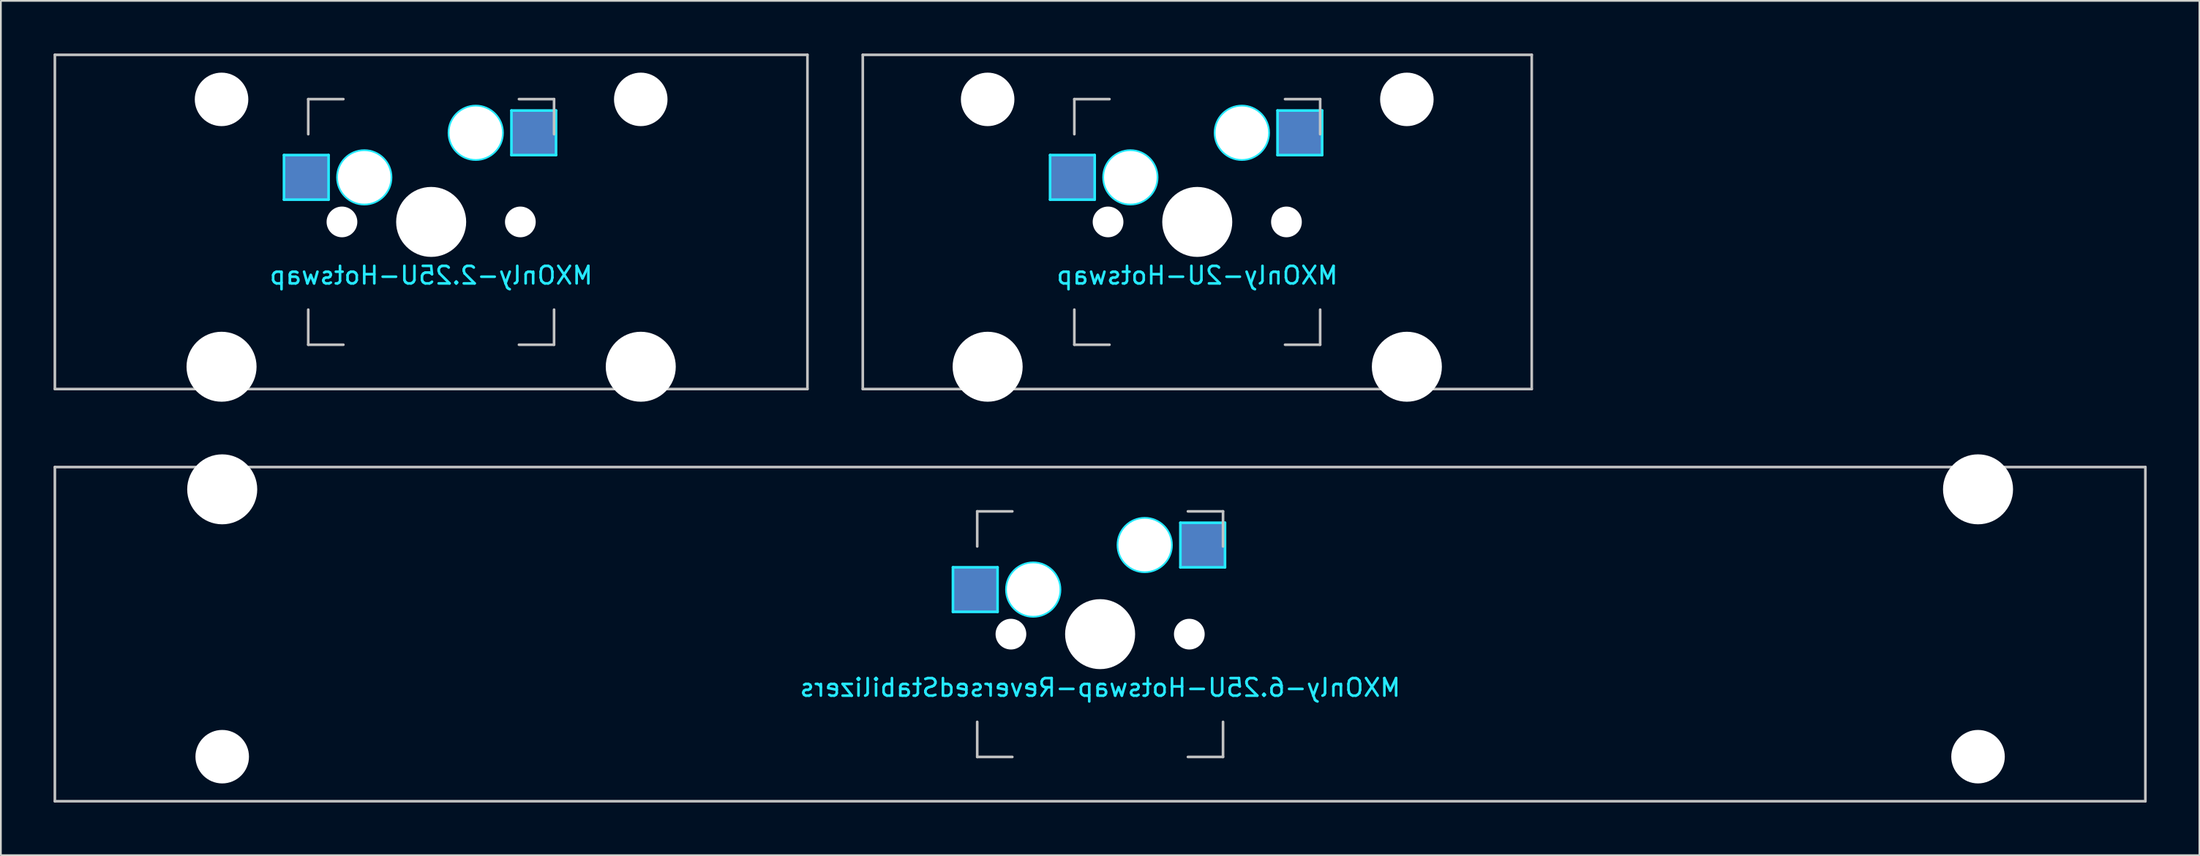
<source format=kicad_pcb>
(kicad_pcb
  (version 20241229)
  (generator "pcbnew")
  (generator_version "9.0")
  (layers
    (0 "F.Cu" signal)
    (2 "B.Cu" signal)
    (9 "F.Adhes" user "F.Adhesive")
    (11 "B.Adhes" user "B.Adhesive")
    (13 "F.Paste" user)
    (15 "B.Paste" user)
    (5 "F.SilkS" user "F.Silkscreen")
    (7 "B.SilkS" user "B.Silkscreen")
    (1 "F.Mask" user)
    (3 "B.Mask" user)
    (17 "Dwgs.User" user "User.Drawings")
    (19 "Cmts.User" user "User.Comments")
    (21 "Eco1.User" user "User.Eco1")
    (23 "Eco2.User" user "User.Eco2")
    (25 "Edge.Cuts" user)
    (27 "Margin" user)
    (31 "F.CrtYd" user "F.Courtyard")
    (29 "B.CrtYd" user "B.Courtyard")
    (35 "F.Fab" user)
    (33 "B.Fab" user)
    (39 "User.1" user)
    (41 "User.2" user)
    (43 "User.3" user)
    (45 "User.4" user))
  (footprint "MXOnly-2U-Hotswap"
    (layer "F.Cu")
    (at 65.138 9.6)
    (property "Reference" "MXOnly-2U-Hotswap" (at 0 3.048 0) (layer "B.CrtYd") (effects (font (size 1 1) (thickness 0.15)) (justify mirror)))
    (attr smd)
    (fp_line (start -19.05 -9.525) (end 19.05 -9.525) (stroke (width 0.15) (type solid)) (layer "Dwgs.User"))
    (fp_line (start -19.05 9.525) (end -19.05 -9.525) (stroke (width 0.15) (type solid)) (layer "Dwgs.User"))
    (fp_line (start -7 -7) (end -7 -5) (stroke (width 0.15) (type solid)) (layer "Dwgs.User"))
    (fp_line (start -7 5) (end -7 7) (stroke (width 0.15) (type solid)) (layer "Dwgs.User"))
    (fp_line (start -7 7) (end -5 7) (stroke (width 0.15) (type solid)) (layer "Dwgs.User"))
    (fp_line (start -5 -7) (end -7 -7) (stroke (width 0.15) (type solid)) (layer "Dwgs.User"))
    (fp_line (start 5 -7) (end 7 -7) (stroke (width 0.15) (type solid)) (layer "Dwgs.User"))
    (fp_line (start 5 7) (end 7 7) (stroke (width 0.15) (type solid)) (layer "Dwgs.User"))
    (fp_line (start 7 -7) (end 7 -5) (stroke (width 0.15) (type solid)) (layer "Dwgs.User"))
    (fp_line (start 7 7) (end 7 5) (stroke (width 0.15) (type solid)) (layer "Dwgs.User"))
    (fp_line (start 19.05 -9.525) (end 19.05 9.525) (stroke (width 0.15) (type solid)) (layer "Dwgs.User"))
    (fp_line (start 19.05 9.525) (end -19.05 9.525) (stroke (width 0.15) (type solid)) (layer "Dwgs.User"))
    (fp_line (start -8.382 -3.81) (end -5.842 -3.81) (stroke (width 0.15) (type solid)) (layer "B.CrtYd"))
    (fp_line (start -8.382 -1.27) (end -8.382 -3.81) (stroke (width 0.15) (type solid)) (layer "B.CrtYd"))
    (fp_line (start -5.842 -3.81) (end -5.842 -1.27) (stroke (width 0.15) (type solid)) (layer "B.CrtYd"))
    (fp_line (start -5.842 -1.27) (end -8.382 -1.27) (stroke (width 0.15) (type solid)) (layer "B.CrtYd"))
    (fp_line (start 4.572 -6.35) (end 7.112 -6.35) (stroke (width 0.15) (type solid)) (layer "B.CrtYd"))
    (fp_line (start 4.572 -3.81) (end 4.572 -6.35) (stroke (width 0.15) (type solid)) (layer "B.CrtYd"))
    (fp_line (start 7.112 -6.35) (end 7.112 -3.81) (stroke (width 0.15) (type solid)) (layer "B.CrtYd"))
    (fp_line (start 7.112 -3.81) (end 4.572 -3.81) (stroke (width 0.15) (type solid)) (layer "B.CrtYd"))
    (fp_circle (center -3.81 -2.54) (end -3.81 -4.064) (stroke (width 0.15) (type solid)) (fill no) (layer "B.CrtYd"))
    (fp_circle (center 2.54 -5.08) (end 2.54 -6.604) (stroke (width 0.15) (type solid)) (fill no) (layer "B.CrtYd"))
    (pad "" np_thru_hole circle (at -11.938 -6.985) (size 3.048 3.048) (drill 3.048) (layers "*.Cu" "*.Mask"))
    (pad "" np_thru_hole circle (at -11.938 8.255) (size 3.988 3.988) (drill 3.988) (layers "*.Cu" "*.Mask"))
    (pad "" np_thru_hole circle (at -5.08 0 48.1) (size 1.75 1.75) (drill 1.75) (layers "*.Cu" "*.Mask"))
    (pad "" np_thru_hole circle (at -3.81 -2.54) (size 3 3) (drill 3) (layers "*.Cu" "*.Mask"))
    (pad "" np_thru_hole circle (at 0 0) (size 3.988 3.988) (drill 3.988) (layers "*.Cu" "*.Mask"))
    (pad "" np_thru_hole circle (at 2.54 -5.08) (size 3 3) (drill 3) (layers "*.Cu" "*.Mask"))
    (pad "" np_thru_hole circle (at 5.08 0 48.1) (size 1.75 1.75) (drill 1.75) (layers "*.Cu" "*.Mask"))
    (pad "" np_thru_hole circle (at 11.938 -6.985) (size 3.048 3.048) (drill 3.048) (layers "*.Cu" "*.Mask"))
    (pad "" np_thru_hole circle (at 11.938 8.255) (size 3.988 3.988) (drill 3.988) (layers "*.Cu" "*.Mask"))
    (pad "1" smd rect (at -7.085 -2.54) (size 2.55 2.5) (layers "B.Cu" "B.Mask" "B.Paste"))
    (pad "2" smd rect (at 5.842 -5.08) (size 2.55 2.5) (layers "B.Cu" "B.Mask" "B.Paste")))
  (footprint "MXOnly-2.25U-Hotswap"
    (layer "F.Cu")
    (at 21.506 9.6)
    (property "Reference" "MXOnly-2.25U-Hotswap" (at 0 3.048 0) (layer "B.CrtYd") (effects (font (size 1 1) (thickness 0.15)) (justify mirror)))
    (attr smd)
    (fp_line (start -21.431 -9.525) (end 21.431 -9.525) (stroke (width 0.15) (type solid)) (layer "Dwgs.User"))
    (fp_line (start -21.431 9.525) (end -21.431 -9.525) (stroke (width 0.15) (type solid)) (layer "Dwgs.User"))
    (fp_line (start -7 -7) (end -7 -5) (stroke (width 0.15) (type solid)) (layer "Dwgs.User"))
    (fp_line (start -7 5) (end -7 7) (stroke (width 0.15) (type solid)) (layer "Dwgs.User"))
    (fp_line (start -7 7) (end -5 7) (stroke (width 0.15) (type solid)) (layer "Dwgs.User"))
    (fp_line (start -5 -7) (end -7 -7) (stroke (width 0.15) (type solid)) (layer "Dwgs.User"))
    (fp_line (start 5 -7) (end 7 -7) (stroke (width 0.15) (type solid)) (layer "Dwgs.User"))
    (fp_line (start 5 7) (end 7 7) (stroke (width 0.15) (type solid)) (layer "Dwgs.User"))
    (fp_line (start 7 -7) (end 7 -5) (stroke (width 0.15) (type solid)) (layer "Dwgs.User"))
    (fp_line (start 7 7) (end 7 5) (stroke (width 0.15) (type solid)) (layer "Dwgs.User"))
    (fp_line (start 21.431 -9.525) (end 21.431 9.525) (stroke (width 0.15) (type solid)) (layer "Dwgs.User"))
    (fp_line (start 21.431 9.525) (end -21.431 9.525) (stroke (width 0.15) (type solid)) (layer "Dwgs.User"))
    (fp_line (start -8.382 -3.81) (end -5.842 -3.81) (stroke (width 0.15) (type solid)) (layer "B.CrtYd"))
    (fp_line (start -8.382 -1.27) (end -8.382 -3.81) (stroke (width 0.15) (type solid)) (layer "B.CrtYd"))
    (fp_line (start -5.842 -3.81) (end -5.842 -1.27) (stroke (width 0.15) (type solid)) (layer "B.CrtYd"))
    (fp_line (start -5.842 -1.27) (end -8.382 -1.27) (stroke (width 0.15) (type solid)) (layer "B.CrtYd"))
    (fp_line (start 4.572 -6.35) (end 7.112 -6.35) (stroke (width 0.15) (type solid)) (layer "B.CrtYd"))
    (fp_line (start 4.572 -3.81) (end 4.572 -6.35) (stroke (width 0.15) (type solid)) (layer "B.CrtYd"))
    (fp_line (start 7.112 -6.35) (end 7.112 -3.81) (stroke (width 0.15) (type solid)) (layer "B.CrtYd"))
    (fp_line (start 7.112 -3.81) (end 4.572 -3.81) (stroke (width 0.15) (type solid)) (layer "B.CrtYd"))
    (fp_circle (center -3.81 -2.54) (end -3.81 -4.064) (stroke (width 0.15) (type solid)) (fill no) (layer "B.CrtYd"))
    (fp_circle (center 2.54 -5.08) (end 2.54 -6.604) (stroke (width 0.15) (type solid)) (fill no) (layer "B.CrtYd"))
    (pad "" np_thru_hole circle (at -11.938 -6.985) (size 3.048 3.048) (drill 3.048) (layers "*.Cu" "*.Mask"))
    (pad "" np_thru_hole circle (at -11.938 8.255) (size 3.988 3.988) (drill 3.988) (layers "*.Cu" "*.Mask"))
    (pad "" np_thru_hole circle (at -5.08 0 48.1) (size 1.75 1.75) (drill 1.75) (layers "*.Cu" "*.Mask"))
    (pad "" np_thru_hole circle (at -3.81 -2.54) (size 3 3) (drill 3) (layers "*.Cu" "*.Mask"))
    (pad "" np_thru_hole circle (at 0 0) (size 3.988 3.988) (drill 3.988) (layers "*.Cu" "*.Mask"))
    (pad "" np_thru_hole circle (at 2.54 -5.08) (size 3 3) (drill 3) (layers "*.Cu" "*.Mask"))
    (pad "" np_thru_hole circle (at 5.08 0 48.1) (size 1.75 1.75) (drill 1.75) (layers "*.Cu" "*.Mask"))
    (pad "" np_thru_hole circle (at 11.938 -6.985) (size 3.048 3.048) (drill 3.048) (layers "*.Cu" "*.Mask"))
    (pad "" np_thru_hole circle (at 11.938 8.255) (size 3.988 3.988) (drill 3.988) (layers "*.Cu" "*.Mask"))
    (pad "1" smd rect (at -7.085 -2.54) (size 2.55 2.5) (layers "B.Cu" "B.Mask" "B.Paste"))
    (pad "2" smd rect (at 5.842 -5.08) (size 2.55 2.5) (layers "B.Cu" "B.Mask" "B.Paste")))
  (footprint "MXOnly-6.25U-Hotswap-ReversedStabilizers"
    (layer "F.Cu")
    (at 59.606 33.098)
    (property "Reference" "MXOnly-6.25U-Hotswap-ReversedStabilizers" (at 0 3.048 0) (layer "B.CrtYd") (effects (font (size 1 1) (thickness 0.15)) (justify mirror)))
    (attr smd)
    (fp_line (start -59.531 -9.525) (end 59.531 -9.525) (stroke (width 0.15) (type solid)) (layer "Dwgs.User"))
    (fp_line (start -59.531 9.525) (end -59.531 -9.525) (stroke (width 0.15) (type solid)) (layer "Dwgs.User"))
    (fp_line (start -7 -7) (end -7 -5) (stroke (width 0.15) (type solid)) (layer "Dwgs.User"))
    (fp_line (start -7 5) (end -7 7) (stroke (width 0.15) (type solid)) (layer "Dwgs.User"))
    (fp_line (start -7 7) (end -5 7) (stroke (width 0.15) (type solid)) (layer "Dwgs.User"))
    (fp_line (start -5 -7) (end -7 -7) (stroke (width 0.15) (type solid)) (layer "Dwgs.User"))
    (fp_line (start 5 -7) (end 7 -7) (stroke (width 0.15) (type solid)) (layer "Dwgs.User"))
    (fp_line (start 5 7) (end 7 7) (stroke (width 0.15) (type solid)) (layer "Dwgs.User"))
    (fp_line (start 7 -7) (end 7 -5) (stroke (width 0.15) (type solid)) (layer "Dwgs.User"))
    (fp_line (start 7 7) (end 7 5) (stroke (width 0.15) (type solid)) (layer "Dwgs.User"))
    (fp_line (start 59.531 -9.525) (end 59.531 9.525) (stroke (width 0.15) (type solid)) (layer "Dwgs.User"))
    (fp_line (start 59.531 9.525) (end -59.531 9.525) (stroke (width 0.15) (type solid)) (layer "Dwgs.User"))
    (fp_line (start -8.382 -3.81) (end -5.842 -3.81) (stroke (width 0.15) (type solid)) (layer "B.CrtYd"))
    (fp_line (start -8.382 -1.27) (end -8.382 -3.81) (stroke (width 0.15) (type solid)) (layer "B.CrtYd"))
    (fp_line (start -5.842 -3.81) (end -5.842 -1.27) (stroke (width 0.15) (type solid)) (layer "B.CrtYd"))
    (fp_line (start -5.842 -1.27) (end -8.382 -1.27) (stroke (width 0.15) (type solid)) (layer "B.CrtYd"))
    (fp_line (start 4.572 -6.35) (end 7.112 -6.35) (stroke (width 0.15) (type solid)) (layer "B.CrtYd"))
    (fp_line (start 4.572 -3.81) (end 4.572 -6.35) (stroke (width 0.15) (type solid)) (layer "B.CrtYd"))
    (fp_line (start 7.112 -6.35) (end 7.112 -3.81) (stroke (width 0.15) (type solid)) (layer "B.CrtYd"))
    (fp_line (start 7.112 -3.81) (end 4.572 -3.81) (stroke (width 0.15) (type solid)) (layer "B.CrtYd"))
    (fp_circle (center -3.81 -2.54) (end -3.81 -4.064) (stroke (width 0.15) (type solid)) (fill no) (layer "B.CrtYd"))
    (fp_circle (center 2.54 -5.08) (end 2.54 -6.604) (stroke (width 0.15) (type solid)) (fill no) (layer "B.CrtYd"))
    (pad "" np_thru_hole circle (at -50 -8.255) (size 3.988 3.988) (drill 3.988) (layers "*.Cu" "*.Mask"))
    (pad "" np_thru_hole circle (at -50 6.985) (size 3.048 3.048) (drill 3.048) (layers "*.Cu" "*.Mask"))
    (pad "" np_thru_hole circle (at -5.08 0 48.1) (size 1.75 1.75) (drill 1.75) (layers "*.Cu" "*.Mask"))
    (pad "" np_thru_hole circle (at -3.81 -2.54) (size 3 3) (drill 3) (layers "*.Cu" "*.Mask"))
    (pad "" np_thru_hole circle (at 0 0) (size 3.988 3.988) (drill 3.988) (layers "*.Cu" "*.Mask"))
    (pad "" np_thru_hole circle (at 2.54 -5.08) (size 3 3) (drill 3) (layers "*.Cu" "*.Mask"))
    (pad "" np_thru_hole circle (at 5.08 0 48.1) (size 1.75 1.75) (drill 1.75) (layers "*.Cu" "*.Mask"))
    (pad "" np_thru_hole circle (at 50 -8.255) (size 3.988 3.988) (drill 3.988) (layers "*.Cu" "*.Mask"))
    (pad "" np_thru_hole circle (at 50 6.985) (size 3.048 3.048) (drill 3.048) (layers "*.Cu" "*.Mask"))
    (pad "1" smd rect (at -7.085 -2.54) (size 2.55 2.5) (layers "B.Cu" "B.Mask" "B.Paste"))
    (pad "2" smd rect (at 5.842 -5.08) (size 2.55 2.5) (layers "B.Cu" "B.Mask" "B.Paste")))
  (gr_rect
    (start -3 -3)
    (end 122.213 45.698)
    (stroke (width 0.1) (type default))
    (fill no)
    (layer "Edge.Cuts")))
</source>
